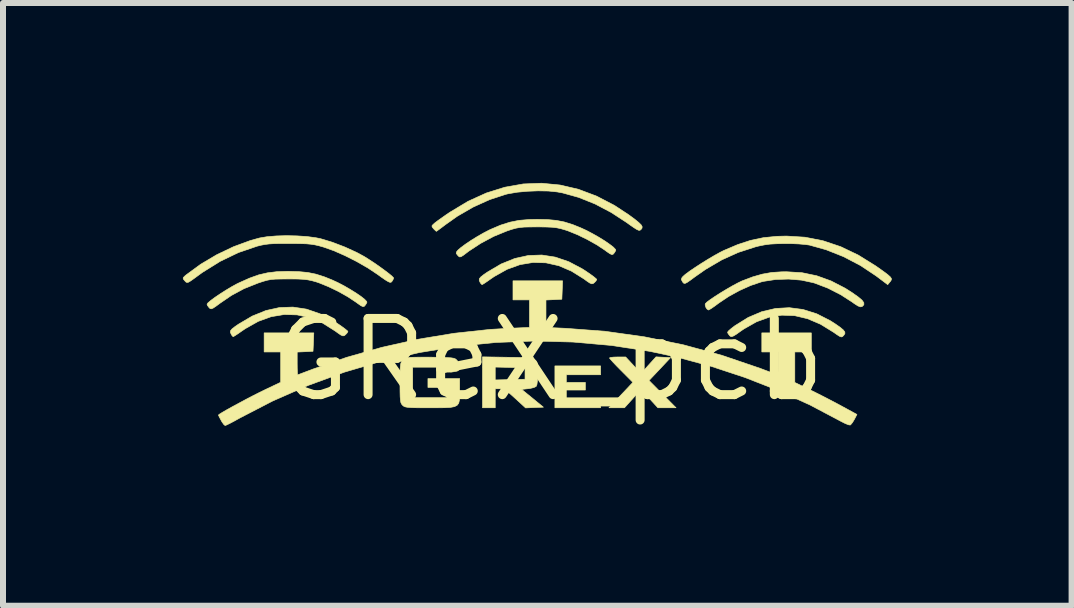
<source format=kicad_pcb>
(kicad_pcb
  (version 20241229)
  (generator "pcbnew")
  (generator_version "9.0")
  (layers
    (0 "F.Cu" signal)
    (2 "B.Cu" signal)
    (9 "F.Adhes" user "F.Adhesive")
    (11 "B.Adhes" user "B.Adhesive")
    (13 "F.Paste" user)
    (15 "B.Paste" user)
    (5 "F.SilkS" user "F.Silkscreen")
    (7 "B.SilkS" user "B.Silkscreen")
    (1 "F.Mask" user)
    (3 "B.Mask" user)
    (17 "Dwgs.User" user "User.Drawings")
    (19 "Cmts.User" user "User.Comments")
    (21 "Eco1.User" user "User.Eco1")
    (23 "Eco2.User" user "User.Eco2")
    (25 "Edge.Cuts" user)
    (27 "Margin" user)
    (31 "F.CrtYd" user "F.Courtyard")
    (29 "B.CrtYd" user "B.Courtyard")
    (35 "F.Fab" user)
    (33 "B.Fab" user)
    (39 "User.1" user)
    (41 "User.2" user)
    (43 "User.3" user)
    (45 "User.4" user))
  (footprint "GReX_pcb"
    (layer "F.Cu")
    (at 6.111 2.95)
    (property "Reference" "GReX_pcb" (at 0 0 0) (layer "F.SilkS") (effects (font (size 1.27 1.27) (thickness 0.15))))
    (attr through_hole)
    (fp_poly (pts (xy 0.853 0.249) (xy 0.281 0.249) (xy 0.281 0.376) (xy 0.599 0.376) (xy 0.599 0.503) (xy 0.281 0.503) (xy 0.281 0.651) (xy 0.853 0.651) (xy 0.853 0.799) (xy 0.091 0.799) (xy 0.091 0.101) (xy 0.853 0.101) (xy 0.853 0.249)) (stroke (width 0.01) (type solid)) (fill yes) (layer "F.SilkS"))
    (fp_poly (pts (xy 2.019 -0.037) (xy 1.84 0.154) (xy 1.66 0.344) (xy 1.886 0.572) (xy 2.111 0.799) (xy 1.808 0.799) (xy 1.668 0.646) (xy 1.527 0.492) (xy 1.389 0.646) (xy 1.251 0.799) (xy 0.992 0.799) (xy 1.086 0.699) (xy 1.153 0.627) (xy 1.23 0.546) (xy 1.286 0.487) (xy 1.391 0.375) (xy 1.196 0.179) (xy 1.123 0.105) (xy 1.063 0.042) (xy 1.02 -0.006) (xy 1.001 -0.03) (xy 1.001 -0.032) (xy 1.02 -0.04) (xy 1.07 -0.046) (xy 1.136 -0.048) (xy 1.271 -0.048) (xy 1.399 0.09) (xy 1.527 0.227) (xy 1.652 0.088) (xy 1.777 -0.05) (xy 2.019 -0.037)) (stroke (width 0.01) (type solid)) (fill yes) (layer "F.SilkS"))
    (fp_poly (pts (xy -4.052 -0.846) (xy -3.828 -0.769) (xy -3.603 -0.651) (xy -3.545 -0.613) (xy -3.469 -0.561) (xy -3.408 -0.516) (xy -3.369 -0.484) (xy -3.36 -0.473) (xy -3.374 -0.448) (xy -3.4 -0.42) (xy -3.422 -0.403) (xy -3.445 -0.4) (xy -3.478 -0.414) (xy -3.529 -0.449) (xy -3.57 -0.479) (xy -3.78 -0.612) (xy -3.993 -0.702) (xy -4.207 -0.75) (xy -4.423 -0.756) (xy -4.639 -0.72) (xy -4.855 -0.642) (xy -5.07 -0.521) (xy -5.129 -0.481) (xy -5.193 -0.436) (xy -5.244 -0.403) (xy -5.271 -0.387) (xy -5.273 -0.386) (xy -5.291 -0.402) (xy -5.307 -0.429) (xy -5.32 -0.46) (xy -5.317 -0.486) (xy -5.292 -0.516) (xy -5.241 -0.556) (xy -5.184 -0.595) (xy -4.955 -0.73) (xy -4.728 -0.822) (xy -4.502 -0.872) (xy -4.277 -0.88) (xy -4.052 -0.846)) (stroke (width 0.01) (type solid)) (fill yes) (layer "F.SilkS"))
    (fp_poly (pts (xy 0.098 -1.713) (xy 0.323 -1.636) (xy 0.548 -1.517) (xy 0.604 -1.481) (xy 0.68 -1.429) (xy 0.741 -1.384) (xy 0.779 -1.352) (xy 0.789 -1.341) (xy 0.775 -1.315) (xy 0.749 -1.288) (xy 0.726 -1.271) (xy 0.704 -1.268) (xy 0.671 -1.282) (xy 0.619 -1.317) (xy 0.579 -1.347) (xy 0.368 -1.479) (xy 0.156 -1.57) (xy -0.059 -1.618) (xy -0.274 -1.624) (xy -0.49 -1.588) (xy -0.706 -1.51) (xy -0.922 -1.389) (xy -0.98 -1.349) (xy -1.044 -1.304) (xy -1.095 -1.27) (xy -1.122 -1.255) (xy -1.124 -1.254) (xy -1.142 -1.27) (xy -1.159 -1.297) (xy -1.171 -1.328) (xy -1.168 -1.354) (xy -1.143 -1.384) (xy -1.092 -1.424) (xy -1.035 -1.463) (xy -0.806 -1.598) (xy -0.579 -1.69) (xy -0.353 -1.74) (xy -0.127 -1.748) (xy 0.098 -1.713)) (stroke (width 0.01) (type solid)) (fill yes) (layer "F.SilkS"))
    (fp_poly (pts (xy 4.228 -0.84) (xy 4.456 -0.768) (xy 4.68 -0.654) (xy 4.762 -0.602) (xy 4.848 -0.542) (xy 4.9 -0.498) (xy 4.925 -0.465) (xy 4.926 -0.437) (xy 4.907 -0.409) (xy 4.906 -0.408) (xy 4.886 -0.388) (xy 4.865 -0.382) (xy 4.835 -0.394) (xy 4.787 -0.425) (xy 4.739 -0.459) (xy 4.52 -0.594) (xy 4.304 -0.686) (xy 4.089 -0.737) (xy 3.875 -0.745) (xy 3.663 -0.711) (xy 3.453 -0.635) (xy 3.243 -0.516) (xy 3.189 -0.479) (xy 3.116 -0.427) (xy 3.068 -0.398) (xy 3.038 -0.387) (xy 3.018 -0.392) (xy 3.002 -0.406) (xy 2.976 -0.442) (xy 2.97 -0.462) (xy 2.986 -0.483) (xy 3.028 -0.52) (xy 3.088 -0.566) (xy 3.092 -0.569) (xy 3.314 -0.707) (xy 3.54 -0.803) (xy 3.769 -0.857) (xy 3.999 -0.87) (xy 4.228 -0.84)) (stroke (width 0.01) (type solid)) (fill yes) (layer "F.SilkS"))
    (fp_poly (pts (xy -0.693 -0.043) (xy -0.536 -0.041) (xy -0.415 -0.037) (xy -0.327 -0.03) (xy -0.266 -0.015) (xy -0.228 0.009) (xy -0.206 0.044) (xy -0.197 0.095) (xy -0.195 0.164) (xy -0.195 0.227) (xy -0.199 0.34) (xy -0.209 0.414) (xy -0.222 0.443) (xy -0.258 0.461) (xy -0.319 0.476) (xy -0.356 0.481) (xy -0.464 0.492) (xy -0.282 0.64) (xy -0.101 0.789) (xy -0.249 0.795) (xy -0.398 0.801) (xy -0.572 0.641) (xy -0.651 0.57) (xy -0.708 0.523) (xy -0.751 0.497) (xy -0.789 0.484) (xy -0.825 0.482) (xy -0.904 0.482) (xy -0.904 0.799) (xy -1.116 0.799) (xy -1.116 0.335) (xy -0.904 0.335) (xy -0.656 0.329) (xy -0.407 0.323) (xy -0.407 0.132) (xy -0.656 0.126) (xy -0.904 0.12) (xy -0.904 0.335) (xy -1.116 0.335) (xy -1.116 -0.05) (xy -0.693 -0.043)) (stroke (width 0.01) (type solid)) (fill yes) (layer "F.SilkS"))
    (fp_poly (pts (xy 4.212 -1.453) (xy 4.457 -1.402) (xy 4.695 -1.316) (xy 4.933 -1.193) (xy 5.049 -1.119) (xy 5.148 -1.049) (xy 5.212 -0.995) (xy 5.242 -0.952) (xy 5.242 -0.918) (xy 5.213 -0.889) (xy 5.211 -0.888) (xy 5.184 -0.884) (xy 5.144 -0.899) (xy 5.081 -0.939) (xy 5.05 -0.962) (xy 4.857 -1.086) (xy 4.642 -1.196) (xy 4.424 -1.279) (xy 4.397 -1.287) (xy 4.202 -1.329) (xy 3.988 -1.347) (xy 3.772 -1.34) (xy 3.57 -1.309) (xy 3.53 -1.299) (xy 3.355 -1.24) (xy 3.168 -1.156) (xy 2.986 -1.056) (xy 2.825 -0.948) (xy 2.755 -0.896) (xy 2.697 -0.856) (xy 2.659 -0.834) (xy 2.651 -0.831) (xy 2.627 -0.847) (xy 2.609 -0.873) (xy 2.596 -0.915) (xy 2.599 -0.936) (xy 2.627 -0.964) (xy 2.685 -1.007) (xy 2.765 -1.061) (xy 2.858 -1.12) (xy 2.956 -1.179) (xy 3.053 -1.235) (xy 3.139 -1.281) (xy 3.207 -1.314) (xy 3.209 -1.315) (xy 3.388 -1.383) (xy 3.548 -1.429) (xy 3.705 -1.457) (xy 3.873 -1.468) (xy 3.953 -1.469) (xy 4.212 -1.453)) (stroke (width 0.01) (type solid)) (fill yes) (layer "F.SilkS"))
    (fp_poly (pts (xy 0.178 -2.915) (xy 0.483 -2.844) (xy 0.786 -2.73) (xy 1.084 -2.575) (xy 1.317 -2.422) (xy 1.418 -2.348) (xy 1.487 -2.292) (xy 1.529 -2.251) (xy 1.546 -2.22) (xy 1.543 -2.195) (xy 1.527 -2.174) (xy 1.51 -2.161) (xy 1.489 -2.16) (xy 1.456 -2.174) (xy 1.406 -2.206) (xy 1.331 -2.258) (xy 1.29 -2.288) (xy 1.029 -2.458) (xy 0.759 -2.6) (xy 0.487 -2.709) (xy 0.221 -2.783) (xy 0.129 -2.8) (xy -0.017 -2.815) (xy -0.188 -2.818) (xy -0.367 -2.811) (xy -0.54 -2.795) (xy -0.69 -2.769) (xy -0.728 -2.76) (xy -0.999 -2.671) (xy -1.271 -2.548) (xy -1.534 -2.396) (xy -1.732 -2.256) (xy -1.798 -2.206) (xy -1.851 -2.167) (xy -1.881 -2.145) (xy -1.886 -2.143) (xy -1.903 -2.157) (xy -1.933 -2.187) (xy -1.957 -2.218) (xy -1.957 -2.24) (xy -1.928 -2.268) (xy -1.91 -2.284) (xy -1.865 -2.318) (xy -1.796 -2.367) (xy -1.714 -2.425) (xy -1.657 -2.463) (xy -1.356 -2.644) (xy -1.052 -2.782) (xy -0.746 -2.878) (xy -0.438 -2.933) (xy -0.13 -2.945) (xy 0.178 -2.915)) (stroke (width 0.01) (type solid)) (fill yes) (layer "F.SilkS"))
    (fp_poly (pts (xy 4.261 -2.045) (xy 4.561 -1.986) (xy 4.856 -1.887) (xy 5.149 -1.747) (xy 5.44 -1.566) (xy 5.48 -1.538) (xy 5.577 -1.469) (xy 5.643 -1.419) (xy 5.683 -1.383) (xy 5.701 -1.357) (xy 5.701 -1.335) (xy 5.688 -1.312) (xy 5.679 -1.302) (xy 5.64 -1.254) (xy 5.446 -1.4) (xy 5.186 -1.573) (xy 4.905 -1.72) (xy 4.613 -1.836) (xy 4.334 -1.914) (xy 4.26 -1.924) (xy 4.156 -1.933) (xy 4.035 -1.938) (xy 3.922 -1.939) (xy 3.786 -1.936) (xy 3.678 -1.93) (xy 3.584 -1.917) (xy 3.49 -1.898) (xy 3.431 -1.883) (xy 3.147 -1.791) (xy 2.873 -1.667) (xy 2.602 -1.508) (xy 2.422 -1.382) (xy 2.345 -1.325) (xy 2.294 -1.29) (xy 2.262 -1.275) (xy 2.242 -1.276) (xy 2.227 -1.29) (xy 2.219 -1.301) (xy 2.199 -1.339) (xy 2.208 -1.368) (xy 2.224 -1.388) (xy 2.266 -1.426) (xy 2.338 -1.479) (xy 2.431 -1.542) (xy 2.537 -1.611) (xy 2.647 -1.679) (xy 2.754 -1.742) (xy 2.85 -1.795) (xy 2.906 -1.823) (xy 3.139 -1.922) (xy 3.356 -1.993) (xy 3.571 -2.038) (xy 3.796 -2.06) (xy 3.953 -2.064) (xy 4.261 -2.045)) (stroke (width 0.01) (type solid)) (fill yes) (layer "F.SilkS"))
    (fp_poly (pts (xy -4.178 -1.471) (xy -4.03 -1.457) (xy -3.893 -1.429) (xy -3.755 -1.385) (xy -3.628 -1.334) (xy -3.53 -1.289) (xy -3.426 -1.235) (xy -3.323 -1.175) (xy -3.226 -1.115) (xy -3.144 -1.059) (xy -3.082 -1.01) (xy -3.048 -0.974) (xy -3.043 -0.961) (xy -3.055 -0.935) (xy -3.073 -0.909) (xy -3.09 -0.891) (xy -3.11 -0.888) (xy -3.143 -0.903) (xy -3.196 -0.94) (xy -3.229 -0.964) (xy -3.362 -1.052) (xy -3.52 -1.141) (xy -3.684 -1.22) (xy -3.839 -1.283) (xy -3.889 -1.3) (xy -3.96 -1.32) (xy -4.028 -1.334) (xy -4.102 -1.343) (xy -4.194 -1.348) (xy -4.314 -1.349) (xy -4.354 -1.349) (xy -4.477 -1.348) (xy -4.569 -1.346) (xy -4.641 -1.34) (xy -4.704 -1.328) (xy -4.769 -1.31) (xy -4.848 -1.284) (xy -4.862 -1.279) (xy -5.093 -1.187) (xy -5.301 -1.075) (xy -5.49 -0.946) (xy -5.562 -0.893) (xy -5.609 -0.862) (xy -5.639 -0.851) (xy -5.659 -0.856) (xy -5.675 -0.871) (xy -5.702 -0.907) (xy -5.709 -0.928) (xy -5.692 -0.952) (xy -5.644 -0.992) (xy -5.575 -1.043) (xy -5.489 -1.101) (xy -5.395 -1.161) (xy -5.3 -1.218) (xy -5.211 -1.267) (xy -5.169 -1.287) (xy -4.999 -1.363) (xy -4.848 -1.417) (xy -4.702 -1.451) (xy -4.547 -1.47) (xy -4.369 -1.476) (xy -4.354 -1.476) (xy -4.178 -1.471)) (stroke (width 0.01) (type solid)) (fill yes) (layer "F.SilkS"))
    (fp_poly (pts (xy -0.031 -2.339) (xy 0.117 -2.325) (xy 0.252 -2.298) (xy 0.389 -2.255) (xy 0.52 -2.202) (xy 0.618 -2.157) (xy 0.722 -2.102) (xy 0.826 -2.043) (xy 0.923 -1.983) (xy 1.005 -1.926) (xy 1.067 -1.878) (xy 1.101 -1.842) (xy 1.106 -1.829) (xy 1.094 -1.803) (xy 1.076 -1.777) (xy 1.059 -1.759) (xy 1.038 -1.756) (xy 1.006 -1.771) (xy 0.952 -1.808) (xy 0.92 -1.832) (xy 0.786 -1.92) (xy 0.629 -2.008) (xy 0.464 -2.088) (xy 0.309 -2.151) (xy 0.26 -2.167) (xy 0.188 -2.188) (xy 0.121 -2.202) (xy 0.046 -2.211) (xy -0.045 -2.215) (xy -0.166 -2.217) (xy -0.206 -2.217) (xy -0.329 -2.216) (xy -0.421 -2.214) (xy -0.493 -2.207) (xy -0.556 -2.196) (xy -0.622 -2.178) (xy -0.701 -2.152) (xy -0.714 -2.147) (xy -0.929 -2.059) (xy -1.146 -1.943) (xy -1.346 -1.812) (xy -1.373 -1.791) (xy -1.435 -1.744) (xy -1.474 -1.72) (xy -1.498 -1.716) (xy -1.517 -1.729) (xy -1.529 -1.742) (xy -1.554 -1.774) (xy -1.55 -1.799) (xy -1.527 -1.828) (xy -1.478 -1.871) (xy -1.401 -1.928) (xy -1.306 -1.992) (xy -1.201 -2.057) (xy -1.096 -2.117) (xy -1.001 -2.166) (xy -0.984 -2.174) (xy -0.815 -2.246) (xy -0.661 -2.295) (xy -0.507 -2.326) (xy -0.337 -2.34) (xy -0.206 -2.343) (xy -0.031 -2.339)) (stroke (width 0.01) (type solid)) (fill yes) (layer "F.SilkS"))
    (fp_poly (pts (xy -4.21 -2.067) (xy -4.042 -2.056) (xy -3.894 -2.036) (xy -3.818 -2.021) (xy -3.62 -1.961) (xy -3.411 -1.881) (xy -3.212 -1.79) (xy -3.092 -1.725) (xy -3.014 -1.676) (xy -2.926 -1.619) (xy -2.837 -1.557) (xy -2.753 -1.496) (xy -2.68 -1.441) (xy -2.627 -1.397) (xy -2.6 -1.369) (xy -2.598 -1.364) (xy -2.609 -1.335) (xy -2.625 -1.309) (xy -2.639 -1.295) (xy -2.658 -1.292) (xy -2.688 -1.304) (xy -2.736 -1.333) (xy -2.807 -1.382) (xy -2.863 -1.423) (xy -3.027 -1.532) (xy -3.213 -1.639) (xy -3.407 -1.737) (xy -3.596 -1.82) (xy -3.768 -1.881) (xy -3.772 -1.882) (xy -3.846 -1.903) (xy -3.912 -1.918) (xy -3.978 -1.928) (xy -4.054 -1.935) (xy -4.15 -1.938) (xy -4.275 -1.94) (xy -4.333 -1.94) (xy -4.476 -1.94) (xy -4.586 -1.938) (xy -4.672 -1.933) (xy -4.744 -1.924) (xy -4.811 -1.911) (xy -4.875 -1.895) (xy -5.186 -1.789) (xy -5.491 -1.642) (xy -5.785 -1.459) (xy -5.847 -1.414) (xy -5.93 -1.353) (xy -5.986 -1.314) (xy -6.022 -1.293) (xy -6.045 -1.29) (xy -6.062 -1.299) (xy -6.081 -1.319) (xy -6.082 -1.32) (xy -6.106 -1.35) (xy -6.105 -1.372) (xy -6.076 -1.401) (xy -6.058 -1.416) (xy -5.815 -1.594) (xy -5.547 -1.753) (xy -5.266 -1.887) (xy -4.983 -1.991) (xy -4.834 -2.032) (xy -4.71 -2.053) (xy -4.556 -2.066) (xy -4.385 -2.071) (xy -4.21 -2.067)) (stroke (width 0.01) (type solid)) (fill yes) (layer "F.SilkS"))
    (fp_poly (pts (xy -2.016 -0.045) (xy -1.934 -0.044) (xy -1.803 -0.041) (xy -1.708 -0.038) (xy -1.642 -0.034) (xy -1.598 -0.027) (xy -1.57 -0.017) (xy -1.552 -0.003) (xy -1.537 0.013) (xy -1.507 0.07) (xy -1.497 0.121) (xy -1.504 0.165) (xy -1.535 0.186) (xy -1.563 0.193) (xy -1.641 0.205) (xy -1.687 0.202) (xy -1.706 0.182) (xy -1.709 0.164) (xy -1.711 0.147) (xy -1.722 0.135) (xy -1.749 0.128) (xy -1.798 0.124) (xy -1.876 0.122) (xy -1.989 0.122) (xy -2.28 0.122) (xy -2.28 0.63) (xy -1.709 0.63) (xy -1.709 0.46) (xy -2.026 0.46) (xy -2.026 0.312) (xy -1.497 0.312) (xy -1.497 0.513) (xy -1.497 0.604) (xy -1.501 0.673) (xy -1.513 0.723) (xy -1.54 0.758) (xy -1.584 0.78) (xy -1.653 0.793) (xy -1.751 0.798) (xy -1.882 0.799) (xy -1.994 0.799) (xy -2.137 0.799) (xy -2.244 0.798) (xy -2.32 0.795) (xy -2.373 0.79) (xy -2.408 0.783) (xy -2.431 0.772) (xy -2.448 0.758) (xy -2.449 0.757) (xy -2.465 0.738) (xy -2.477 0.713) (xy -2.484 0.675) (xy -2.489 0.617) (xy -2.491 0.533) (xy -2.492 0.415) (xy -2.492 0.377) (xy -2.491 0.24) (xy -2.488 0.138) (xy -2.48 0.067) (xy -2.465 0.02) (xy -2.442 -0.009) (xy -2.409 -0.026) (xy -2.363 -0.037) (xy -2.358 -0.038) (xy -2.314 -0.042) (xy -2.237 -0.044) (xy -2.134 -0.045) (xy -2.016 -0.045)) (stroke (width 0.01) (type solid)) (fill yes) (layer "F.SilkS"))
    (fp_poly (pts (xy 0.213 -1.164) (xy 0.207 -1.011) (xy 0.075 -1.004) (xy -0.058 -0.998) (xy -0.058 -0.541) (xy 0.268 -0.526) (xy 0.929 -0.476) (xy 1.584 -0.384) (xy 2.232 -0.251) (xy 2.874 -0.076) (xy 3.512 0.141) (xy 3.567 0.162) (xy 3.658 0.196) (xy 3.734 0.224) (xy 3.786 0.243) (xy 3.805 0.249) (xy 3.81 0.229) (xy 3.814 0.177) (xy 3.816 0.101) (xy 3.816 0.058) (xy 3.816 -0.132) (xy 3.541 -0.132) (xy 3.541 -0.45) (xy 4.366 -0.45) (xy 4.366 -0.132) (xy 4.091 -0.132) (xy 4.091 0.377) (xy 4.35 0.502) (xy 4.477 0.565) (xy 4.622 0.639) (xy 4.764 0.713) (xy 4.868 0.769) (xy 5.127 0.91) (xy 5.084 0.993) (xy 5.052 1.046) (xy 5.023 1.081) (xy 5.014 1.087) (xy 4.984 1.082) (xy 4.929 1.06) (xy 4.86 1.025) (xy 4.851 1.02) (xy 4.346 0.753) (xy 3.813 0.51) (xy 3.26 0.294) (xy 2.697 0.108) (xy 2.132 -0.044) (xy 1.678 -0.141) (xy 1.038 -0.24) (xy 0.394 -0.297) (xy -0.251 -0.314) (xy -0.896 -0.29) (xy -1.537 -0.225) (xy -2.173 -0.121) (xy -2.801 0.023) (xy -3.419 0.205) (xy -4.025 0.427) (xy -4.615 0.686) (xy -5.162 0.969) (xy -5.25 1.018) (xy -5.326 1.058) (xy -5.381 1.085) (xy -5.407 1.095) (xy -5.407 1.095) (xy -5.428 1.079) (xy -5.459 1.036) (xy -5.472 1.013) (xy -5.5 0.961) (xy -5.517 0.926) (xy -5.519 0.92) (xy -5.501 0.905) (xy -5.451 0.874) (xy -5.377 0.831) (xy -5.283 0.779) (xy -5.175 0.721) (xy -5.062 0.66) (xy -4.947 0.6) (xy -4.838 0.545) (xy -4.74 0.497) (xy -4.73 0.492) (xy -4.481 0.374) (xy -4.481 -0.132) (xy -4.757 -0.132) (xy -4.757 -0.45) (xy -3.929 -0.45) (xy -3.935 -0.296) (xy -3.942 -0.143) (xy -4.074 -0.136) (xy -4.206 -0.13) (xy -4.206 0.059) (xy -4.205 0.143) (xy -4.203 0.208) (xy -4.2 0.244) (xy -4.198 0.249) (xy -4.176 0.242) (xy -4.123 0.222) (xy -4.046 0.193) (xy -3.953 0.158) (xy -3.949 0.156) (xy -3.384 -0.041) (xy -2.797 -0.208) (xy -2.196 -0.343) (xy -1.59 -0.443) (xy -0.988 -0.508) (xy -0.672 -0.526) (xy -0.333 -0.541) (xy -0.333 -1) (xy -0.608 -1) (xy -0.608 -1.318) (xy 0.219 -1.318) (xy 0.213 -1.164)) (stroke (width 0.01) (type solid)) (fill yes) (layer "F.SilkS")))
  (gr_rect
    (start -3 -3)
    (end 14.817 7.05)
    (stroke (width 0.1) (type default))
    (fill no)
    (layer "Edge.Cuts")))
</source>
